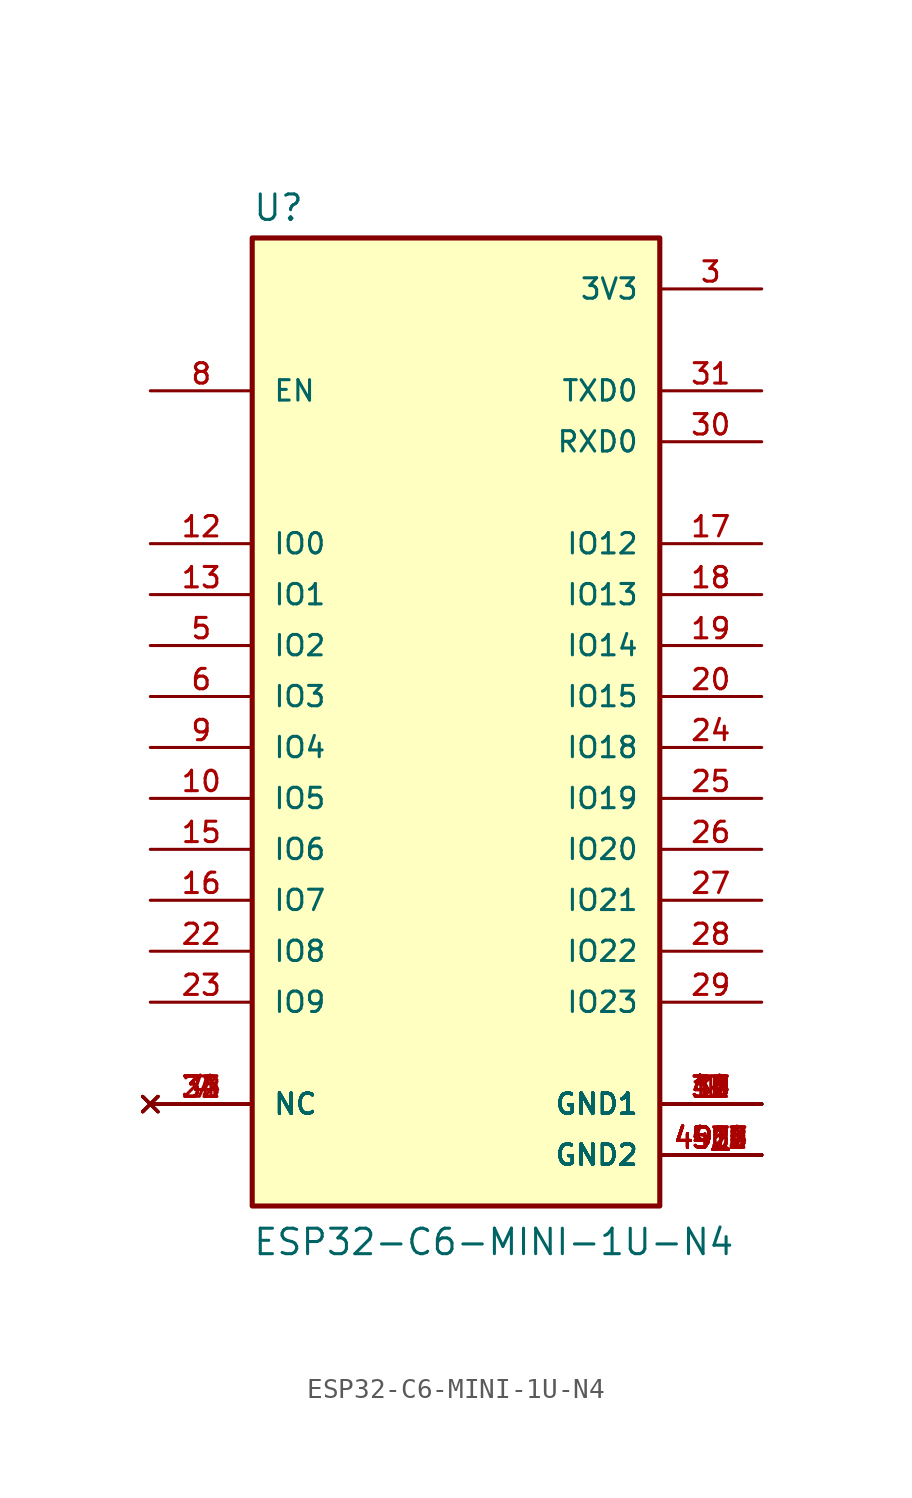
<source format=kicad_sym>
(kicad_symbol_lib
  (version 20211014)
  (generator kicad_symbol_editor)
  (symbol "ESP32-C6-MINI-1U-N4"
    (pin_names
      (offset 1.016))
    (property "Reference" "U"
      (at -10.16 23.622 0)
      (effects (font (size 1.27 1.27)) (justify bottom left)))
    (property "Value" "ESP32-C6-MINI-1U-N4"
      (at -10.16 -27.94 0)
      (effects (font (size 1.27 1.27)) (justify bottom left)))
    (symbol "ESP32-C6-MINI-1U-N4_0_0"
      (rectangle (start -10.16 -25.4) (end 10.16 22.86) (stroke (width 0.254)) (fill (type background)))
      (pin bidirectional line (at -15.24 2.54 0) (length 5.08) (name "IO2" (effects (font (size 1.016 1.016)))) (number "5" (effects (font (size 1.016 1.016)))))
      (pin bidirectional line (at -15.24 0.0 0) (length 5.08) (name "IO3" (effects (font (size 1.016 1.016)))) (number "6" (effects (font (size 1.016 1.016)))))
      (pin bidirectional line (at -15.24 -2.54 0) (length 5.08) (name "IO4" (effects (font (size 1.016 1.016)))) (number "9" (effects (font (size 1.016 1.016)))))
      (pin bidirectional line (at -15.24 -5.08 0) (length 5.08) (name "IO5" (effects (font (size 1.016 1.016)))) (number "10" (effects (font (size 1.016 1.016)))))
      (pin bidirectional line (at -15.24 -7.62 0) (length 5.08) (name "IO6" (effects (font (size 1.016 1.016)))) (number "15" (effects (font (size 1.016 1.016)))))
      (pin bidirectional line (at -15.24 -10.16 0) (length 5.08) (name "IO7" (effects (font (size 1.016 1.016)))) (number "16" (effects (font (size 1.016 1.016)))))
      (pin bidirectional line (at -15.24 -12.7 0) (length 5.08) (name "IO8" (effects (font (size 1.016 1.016)))) (number "22" (effects (font (size 1.016 1.016)))))
      (pin bidirectional line (at -15.24 -15.24 0) (length 5.08) (name "IO9" (effects (font (size 1.016 1.016)))) (number "23" (effects (font (size 1.016 1.016)))))
      (pin bidirectional line (at 15.24 7.62 180.0) (length 5.08) (name "IO12" (effects (font (size 1.016 1.016)))) (number "17" (effects (font (size 1.016 1.016)))))
      (pin bidirectional line (at 15.24 5.08 180.0) (length 5.08) (name "IO13" (effects (font (size 1.016 1.016)))) (number "18" (effects (font (size 1.016 1.016)))))
      (pin bidirectional line (at 15.24 2.54 180.0) (length 5.08) (name "IO14" (effects (font (size 1.016 1.016)))) (number "19" (effects (font (size 1.016 1.016)))))
      (pin bidirectional line (at 15.24 0.0 180.0) (length 5.08) (name "IO15" (effects (font (size 1.016 1.016)))) (number "20" (effects (font (size 1.016 1.016)))))
      (pin bidirectional line (at 15.24 -2.54 180.0) (length 5.08) (name "IO18" (effects (font (size 1.016 1.016)))) (number "24" (effects (font (size 1.016 1.016)))))
      (pin bidirectional line (at 15.24 -5.08 180.0) (length 5.08) (name "IO19" (effects (font (size 1.016 1.016)))) (number "25" (effects (font (size 1.016 1.016)))))
      (pin bidirectional line (at 15.24 -7.62 180.0) (length 5.08) (name "IO20" (effects (font (size 1.016 1.016)))) (number "26" (effects (font (size 1.016 1.016)))))
      (pin bidirectional line (at 15.24 -10.16 180.0) (length 5.08) (name "IO21" (effects (font (size 1.016 1.016)))) (number "27" (effects (font (size 1.016 1.016)))))
      (pin bidirectional line (at 15.24 -12.7 180.0) (length 5.08) (name "IO22" (effects (font (size 1.016 1.016)))) (number "28" (effects (font (size 1.016 1.016)))))
      (pin bidirectional line (at 15.24 -15.24 180.0) (length 5.08) (name "IO23" (effects (font (size 1.016 1.016)))) (number "29" (effects (font (size 1.016 1.016)))))
      (pin input line (at -15.24 15.24 0) (length 5.08) (name "EN" (effects (font (size 1.016 1.016)))) (number "8" (effects (font (size 1.016 1.016)))))
      (pin bidirectional line (at 15.24 15.24 180.0) (length 5.08) (name "TXD0" (effects (font (size 1.016 1.016)))) (number "31" (effects (font (size 1.016 1.016)))))
      (pin bidirectional line (at 15.24 12.7 180.0) (length 5.08) (name "RXD0" (effects (font (size 1.016 1.016)))) (number "30" (effects (font (size 1.016 1.016)))))
      (pin power_in line (at 15.24 20.32 180.0) (length 5.08) (name "3V3" (effects (font (size 1.016 1.016)))) (number "3" (effects (font (size 1.016 1.016)))))
      (pin power_in line (at 15.24 -20.32 180.0) (length 5.08) (name "GND1" (effects (font (size 1.016 1.016)))) (number "1" (effects (font (size 1.016 1.016)))))
      (pin power_in line (at 15.24 -20.32 180.0) (length 5.08) (name "GND1" (effects (font (size 1.016 1.016)))) (number "2" (effects (font (size 1.016 1.016)))))
      (pin power_in line (at 15.24 -20.32 180.0) (length 5.08) (name "GND1" (effects (font (size 1.016 1.016)))) (number "11" (effects (font (size 1.016 1.016)))))
      (pin power_in line (at 15.24 -20.32 180.0) (length 5.08) (name "GND1" (effects (font (size 1.016 1.016)))) (number "14" (effects (font (size 1.016 1.016)))))
      (pin power_in line (at 15.24 -20.32 180.0) (length 5.08) (name "GND1" (effects (font (size 1.016 1.016)))) (number "36" (effects (font (size 1.016 1.016)))))
      (pin power_in line (at 15.24 -20.32 180.0) (length 5.08) (name "GND1" (effects (font (size 1.016 1.016)))) (number "37" (effects (font (size 1.016 1.016)))))
      (pin power_in line (at 15.24 -20.32 180.0) (length 5.08) (name "GND1" (effects (font (size 1.016 1.016)))) (number "38" (effects (font (size 1.016 1.016)))))
      (pin power_in line (at 15.24 -20.32 180.0) (length 5.08) (name "GND1" (effects (font (size 1.016 1.016)))) (number "39" (effects (font (size 1.016 1.016)))))
      (pin power_in line (at 15.24 -20.32 180.0) (length 5.08) (name "GND1" (effects (font (size 1.016 1.016)))) (number "40" (effects (font (size 1.016 1.016)))))
      (pin power_in line (at 15.24 -20.32 180.0) (length 5.08) (name "GND1" (effects (font (size 1.016 1.016)))) (number "41" (effects (font (size 1.016 1.016)))))
      (pin power_in line (at 15.24 -20.32 180.0) (length 5.08) (name "GND1" (effects (font (size 1.016 1.016)))) (number "42" (effects (font (size 1.016 1.016)))))
      (pin power_in line (at 15.24 -20.32 180.0) (length 5.08) (name "GND1" (effects (font (size 1.016 1.016)))) (number "43" (effects (font (size 1.016 1.016)))))
      (pin power_in line (at 15.24 -20.32 180.0) (length 5.08) (name "GND1" (effects (font (size 1.016 1.016)))) (number "44" (effects (font (size 1.016 1.016)))))
      (pin power_in line (at 15.24 -20.32 180.0) (length 5.08) (name "GND1" (effects (font (size 1.016 1.016)))) (number "45" (effects (font (size 1.016 1.016)))))
      (pin power_in line (at 15.24 -20.32 180.0) (length 5.08) (name "GND1" (effects (font (size 1.016 1.016)))) (number "46" (effects (font (size 1.016 1.016)))))
      (pin no_connect line (at -15.24 -20.32 0) (length 5.08) (name "NC" (effects (font (size 1.016 1.016)))) (number "4" (effects (font (size 1.016 1.016)))))
      (pin no_connect line (at -15.24 -20.32 0) (length 5.08) (name "NC" (effects (font (size 1.016 1.016)))) (number "7" (effects (font (size 1.016 1.016)))))
      (pin no_connect line (at -15.24 -20.32 0) (length 5.08) (name "NC" (effects (font (size 1.016 1.016)))) (number "21" (effects (font (size 1.016 1.016)))))
      (pin no_connect line (at -15.24 -20.32 0) (length 5.08) (name "NC" (effects (font (size 1.016 1.016)))) (number "32" (effects (font (size 1.016 1.016)))))
      (pin no_connect line (at -15.24 -20.32 0) (length 5.08) (name "NC" (effects (font (size 1.016 1.016)))) (number "33" (effects (font (size 1.016 1.016)))))
      (pin no_connect line (at -15.24 -20.32 0) (length 5.08) (name "NC" (effects (font (size 1.016 1.016)))) (number "34" (effects (font (size 1.016 1.016)))))
      (pin no_connect line (at -15.24 -20.32 0) (length 5.08) (name "NC" (effects (font (size 1.016 1.016)))) (number "35" (effects (font (size 1.016 1.016)))))
      (pin bidirectional line (at -15.24 5.08 0) (length 5.08) (name "IO1" (effects (font (size 1.016 1.016)))) (number "13" (effects (font (size 1.016 1.016)))))
      (pin bidirectional line (at -15.24 7.62 0) (length 5.08) (name "IO0" (effects (font (size 1.016 1.016)))) (number "12" (effects (font (size 1.016 1.016)))))
      (pin power_in line (at 15.24 -22.86 180.0) (length 5.08) (name "GND2" (effects (font (size 1.016 1.016)))) (number "47" (effects (font (size 1.016 1.016)))))
      (pin power_in line (at 15.24 -22.86 180.0) (length 5.08) (name "GND2" (effects (font (size 1.016 1.016)))) (number "48" (effects (font (size 1.016 1.016)))))
      (pin power_in line (at 15.24 -22.86 180.0) (length 5.08) (name "GND2" (effects (font (size 1.016 1.016)))) (number "49_1" (effects (font (size 1.016 1.016)))))
      (pin power_in line (at 15.24 -22.86 180.0) (length 5.08) (name "GND2" (effects (font (size 1.016 1.016)))) (number "49_2" (effects (font (size 1.016 1.016)))))
      (pin power_in line (at 15.24 -22.86 180.0) (length 5.08) (name "GND2" (effects (font (size 1.016 1.016)))) (number "49_3" (effects (font (size 1.016 1.016)))))
      (pin power_in line (at 15.24 -22.86 180.0) (length 5.08) (name "GND2" (effects (font (size 1.016 1.016)))) (number "49_4" (effects (font (size 1.016 1.016)))))
      (pin power_in line (at 15.24 -22.86 180.0) (length 5.08) (name "GND2" (effects (font (size 1.016 1.016)))) (number "49_5" (effects (font (size 1.016 1.016)))))
      (pin power_in line (at 15.24 -22.86 180.0) (length 5.08) (name "GND2" (effects (font (size 1.016 1.016)))) (number "49_6" (effects (font (size 1.016 1.016)))))
      (pin power_in line (at 15.24 -22.86 180.0) (length 5.08) (name "GND2" (effects (font (size 1.016 1.016)))) (number "49_7" (effects (font (size 1.016 1.016)))))
      (pin power_in line (at 15.24 -22.86 180.0) (length 5.08) (name "GND2" (effects (font (size 1.016 1.016)))) (number "49_8" (effects (font (size 1.016 1.016)))))
      (pin power_in line (at 15.24 -22.86 180.0) (length 5.08) (name "GND2" (effects (font (size 1.016 1.016)))) (number "49_9" (effects (font (size 1.016 1.016)))))
      (pin power_in line (at 15.24 -22.86 180.0) (length 5.08) (name "GND2" (effects (font (size 1.016 1.016)))) (number "50" (effects (font (size 1.016 1.016)))))
      (pin power_in line (at 15.24 -22.86 180.0) (length 5.08) (name "GND2" (effects (font (size 1.016 1.016)))) (number "51" (effects (font (size 1.016 1.016)))))
      (pin power_in line (at 15.24 -22.86 180.0) (length 5.08) (name "GND2" (effects (font (size 1.016 1.016)))) (number "52" (effects (font (size 1.016 1.016)))))
      (pin power_in line (at 15.24 -22.86 180.0) (length 5.08) (name "GND2" (effects (font (size 1.016 1.016)))) (number "53" (effects (font (size 1.016 1.016))))))))
</source>
